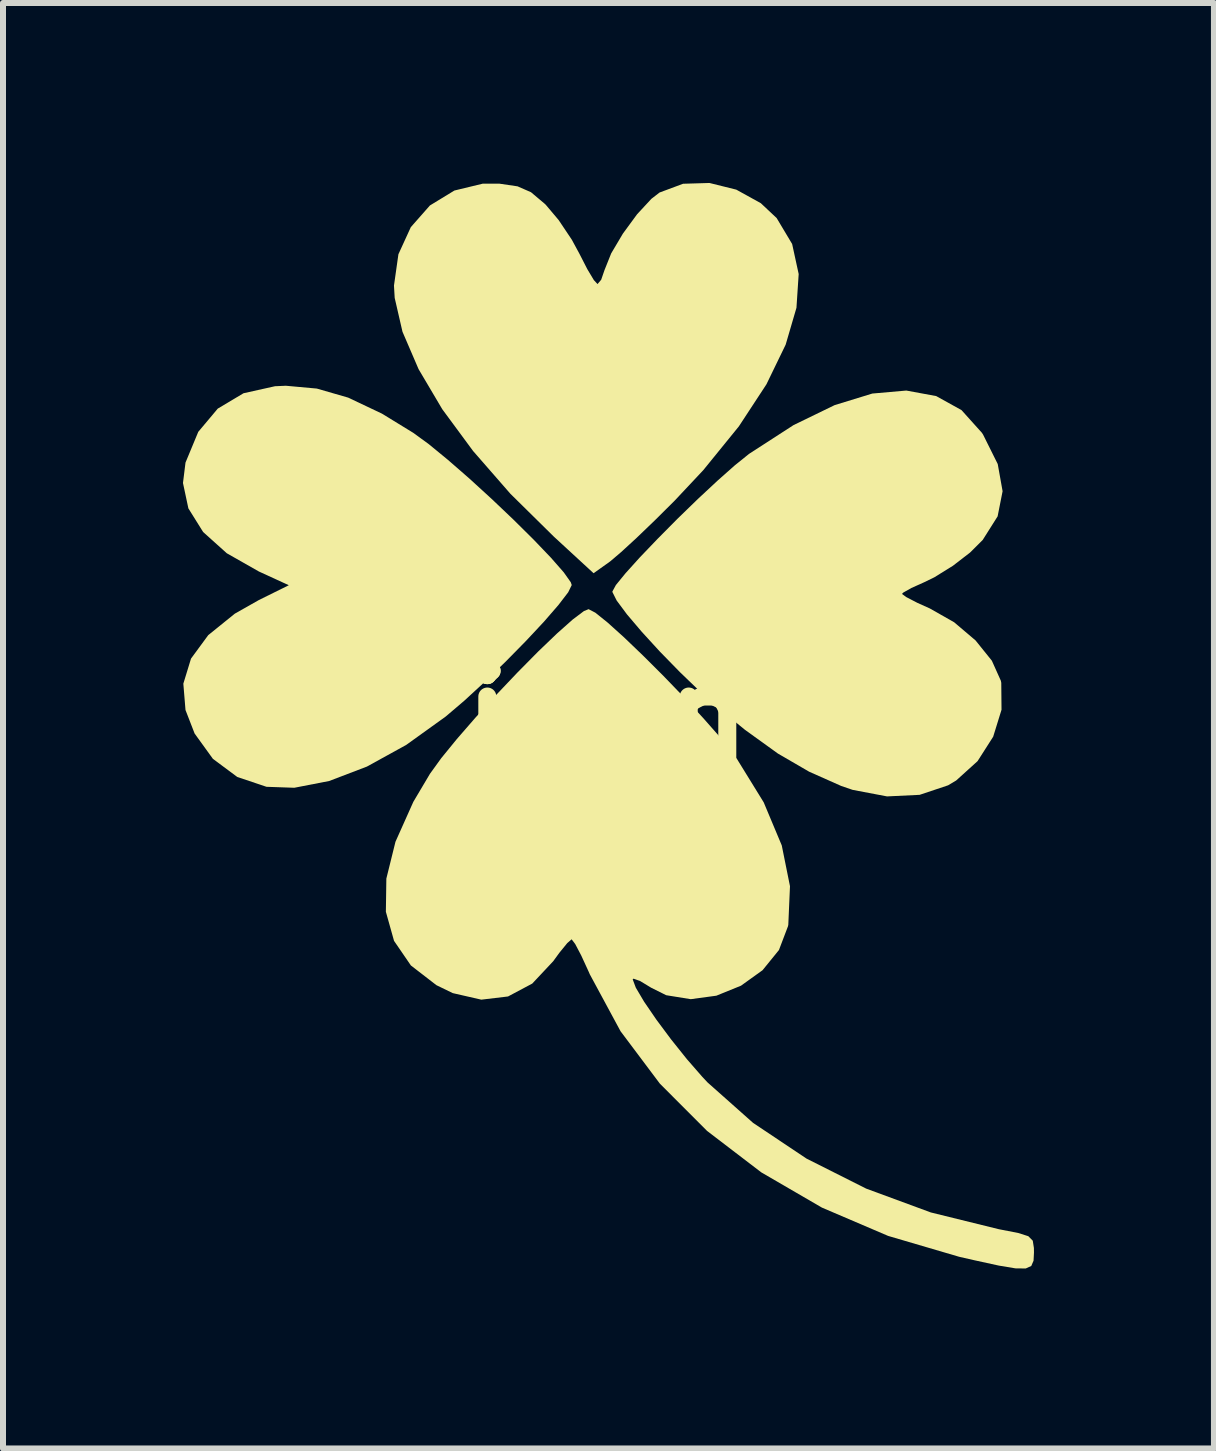
<source format=kicad_pcb>
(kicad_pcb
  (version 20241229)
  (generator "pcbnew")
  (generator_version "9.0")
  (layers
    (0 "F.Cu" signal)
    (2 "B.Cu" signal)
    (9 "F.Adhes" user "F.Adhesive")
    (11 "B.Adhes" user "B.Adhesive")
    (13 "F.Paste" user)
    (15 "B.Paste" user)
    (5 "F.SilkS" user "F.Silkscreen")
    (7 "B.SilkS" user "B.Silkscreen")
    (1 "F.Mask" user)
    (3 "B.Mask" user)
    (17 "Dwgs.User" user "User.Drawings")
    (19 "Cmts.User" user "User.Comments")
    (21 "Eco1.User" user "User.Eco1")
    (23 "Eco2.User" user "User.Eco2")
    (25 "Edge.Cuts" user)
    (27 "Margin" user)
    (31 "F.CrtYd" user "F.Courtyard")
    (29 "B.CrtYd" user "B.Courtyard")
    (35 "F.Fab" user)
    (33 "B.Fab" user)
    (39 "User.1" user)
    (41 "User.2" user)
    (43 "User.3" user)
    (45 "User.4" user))
  (footprint "icon"
    (layer "F.Cu")
    (at 7.073 8.882)
    (property "Reference" "icon" (at 0 0 0) (layer "F.SilkS") (effects (font (size 1.5 1.5) (thickness 0.3))))
    (attr board_only exclude_from_pos_files exclude_from_bom)
    (fp_poly (pts (xy -4.842 -5.455) (xy -4.319 -5.304) (xy -3.756 -5.037) (xy -3.234 -4.717) (xy -2.975 -4.528) (xy -2.657 -4.267) (xy -2.3 -3.956) (xy -1.928 -3.616) (xy -1.562 -3.268) (xy -1.225 -2.934) (xy -0.939 -2.635) (xy -0.726 -2.392) (xy -0.609 -2.227) (xy -0.593 -2.18) (xy -0.652 -2.059) (xy -0.814 -1.848) (xy -1.056 -1.569) (xy -1.357 -1.247) (xy -1.694 -0.904) (xy -2.044 -0.565) (xy -2.385 -0.251) (xy -2.694 0.012) (xy -3.352 0.485) (xy -4.007 0.846) (xy -4.635 1.086) (xy -5.217 1.199) (xy -5.681 1.183) (xy -6.168 1.019) (xy -6.574 0.717) (xy -6.879 0.295) (xy -7.031 -0.097) (xy -7.067 -0.536) (xy -6.939 -0.954) (xy -6.652 -1.345) (xy -6.209 -1.703) (xy -5.808 -1.93) (xy -5.309 -2.177) (xy -5.808 -2.406) (xy -6.343 -2.71) (xy -6.737 -3.064) (xy -6.983 -3.458) (xy -7.073 -3.881) (xy -7.031 -4.221) (xy -6.818 -4.734) (xy -6.493 -5.121) (xy -6.064 -5.377) (xy -5.539 -5.494) (xy -5.358 -5.502)) (stroke (width 0) (type solid)) (fill yes) (layer "F.SilkS"))
    (fp_poly (pts (xy 2.15 -8.771) (xy 2.559 -8.545) (xy 2.823 -8.297) (xy 3.081 -7.865) (xy 3.19 -7.364) (xy 3.153 -6.802) (xy 2.973 -6.187) (xy 2.652 -5.525) (xy 2.193 -4.825) (xy 1.599 -4.094) (xy 1.12 -3.584) (xy 0.795 -3.261) (xy 0.488 -2.966) (xy 0.231 -2.73) (xy 0.055 -2.58) (xy 0.034 -2.564) (xy -0.229 -2.377) (xy -0.892 -2.988) (xy -1.615 -3.701) (xy -2.237 -4.414) (xy -2.751 -5.111) (xy -3.146 -5.779) (xy -3.414 -6.402) (xy -3.544 -6.966) (xy -3.556 -7.172) (xy -3.482 -7.694) (xy -3.275 -8.146) (xy -2.957 -8.507) (xy -2.549 -8.756) (xy -2.074 -8.871) (xy -1.802 -8.871) (xy -1.496 -8.826) (xy -1.272 -8.728) (xy -1.044 -8.536) (xy -1.026 -8.519) (xy -0.811 -8.264) (xy -0.592 -7.937) (xy -0.464 -7.701) (xy -0.333 -7.445) (xy -0.224 -7.263) (xy -0.163 -7.197) (xy -0.102 -7.269) (xy -0.047 -7.429) (xy 0.065 -7.709) (xy 0.26 -8.038) (xy 0.496 -8.36) (xy 0.735 -8.618) (xy 0.871 -8.723) (xy 1.263 -8.869) (xy 1.703 -8.882)) (stroke (width 0) (type solid)) (fill yes) (layer "F.SilkS"))
    (fp_poly (pts (xy 5.482 -5.33) (xy 5.904 -5.096) (xy 6.244 -4.718) (xy 6.263 -4.689) (xy 6.508 -4.197) (xy 6.589 -3.744) (xy 6.506 -3.325) (xy 6.257 -2.931) (xy 6.047 -2.722) (xy 5.762 -2.502) (xy 5.451 -2.309) (xy 5.287 -2.229) (xy 5.069 -2.131) (xy 4.934 -2.055) (xy 4.912 -2.032) (xy 4.984 -1.979) (xy 5.169 -1.883) (xy 5.376 -1.79) (xy 5.781 -1.56) (xy 6.138 -1.257) (xy 6.41 -0.919) (xy 6.56 -0.585) (xy 6.567 -0.55) (xy 6.571 -0.101) (xy 6.432 0.348) (xy 6.172 0.755) (xy 5.815 1.078) (xy 5.681 1.158) (xy 5.206 1.317) (xy 4.663 1.343) (xy 4.089 1.234) (xy 3.899 1.169) (xy 3.364 0.931) (xy 2.844 0.629) (xy 2.296 0.234) (xy 1.89 -0.098) (xy 1.558 -0.394) (xy 1.213 -0.726) (xy 0.877 -1.07) (xy 0.575 -1.4) (xy 0.327 -1.692) (xy 0.156 -1.922) (xy 0.085 -2.064) (xy 0.085 -2.073) (xy 0.143 -2.18) (xy 0.304 -2.377) (xy 0.544 -2.643) (xy 0.84 -2.952) (xy 1.169 -3.284) (xy 1.509 -3.614) (xy 1.835 -3.918) (xy 2.125 -4.175) (xy 2.356 -4.361) (xy 2.371 -4.372) (xy 3.104 -4.846) (xy 3.789 -5.179) (xy 4.417 -5.372) (xy 4.984 -5.422)) (stroke (width 0) (type solid)) (fill yes) (layer "F.SilkS"))
    (fp_poly (pts (xy -0.199 -1.719) (xy 0.005 -1.555) (xy 0.277 -1.31) (xy 0.595 -1.005) (xy 0.937 -0.664) (xy 1.281 -0.307) (xy 1.603 0.042) (xy 1.883 0.36) (xy 2.098 0.627) (xy 2.142 0.688) (xy 2.607 1.442) (xy 2.908 2.16) (xy 3.045 2.84) (xy 3.017 3.483) (xy 3.012 3.507) (xy 2.861 3.904) (xy 2.588 4.24) (xy 2.229 4.498) (xy 1.818 4.665) (xy 1.391 4.723) (xy 0.982 4.657) (xy 0.731 4.532) (xy 0.548 4.421) (xy 0.437 4.381) (xy 0.423 4.392) (xy 0.475 4.531) (xy 0.614 4.766) (xy 0.818 5.064) (xy 1.063 5.393) (xy 1.326 5.722) (xy 1.584 6.018) (xy 1.67 6.11) (xy 2.43 6.785) (xy 3.32 7.38) (xy 4.316 7.881) (xy 5.393 8.278) (xy 6.525 8.557) (xy 6.556 8.563) (xy 6.852 8.621) (xy 7.018 8.674) (xy 7.092 8.749) (xy 7.111 8.87) (xy 7.112 8.947) (xy 7.105 9.082) (xy 7.067 9.17) (xy 6.975 9.212) (xy 6.803 9.21) (xy 6.527 9.164) (xy 6.124 9.076) (xy 5.865 9.017) (xy 4.681 8.669) (xy 3.577 8.197) (xy 2.567 7.61) (xy 1.663 6.919) (xy 0.877 6.132) (xy 0.221 5.258) (xy -0.292 4.308) (xy -0.311 4.264) (xy -0.434 3.996) (xy -0.535 3.804) (xy -0.594 3.726) (xy -0.595 3.725) (xy -0.668 3.789) (xy -0.8 3.951) (xy -0.902 4.091) (xy -1.251 4.463) (xy -1.655 4.678) (xy -2.1 4.731) (xy -2.576 4.622) (xy -2.848 4.49) (xy -3.274 4.161) (xy -3.555 3.751) (xy -3.691 3.266) (xy -3.683 2.713) (xy -3.531 2.099) (xy -3.233 1.433) (xy -2.956 0.966) (xy -2.769 0.707) (xy -2.508 0.387) (xy -2.195 0.027) (xy -1.85 -0.351) (xy -1.495 -0.725) (xy -1.15 -1.074) (xy -0.837 -1.374) (xy -0.576 -1.606) (xy -0.39 -1.746) (xy -0.312 -1.778)) (stroke (width 0) (type solid)) (fill yes) (layer "F.SilkS")))
  (gr_rect
    (start -3 -3)
    (end 17.185 21.094)
    (stroke (width 0.1) (type default))
    (fill no)
    (layer "Edge.Cuts")))
</source>
